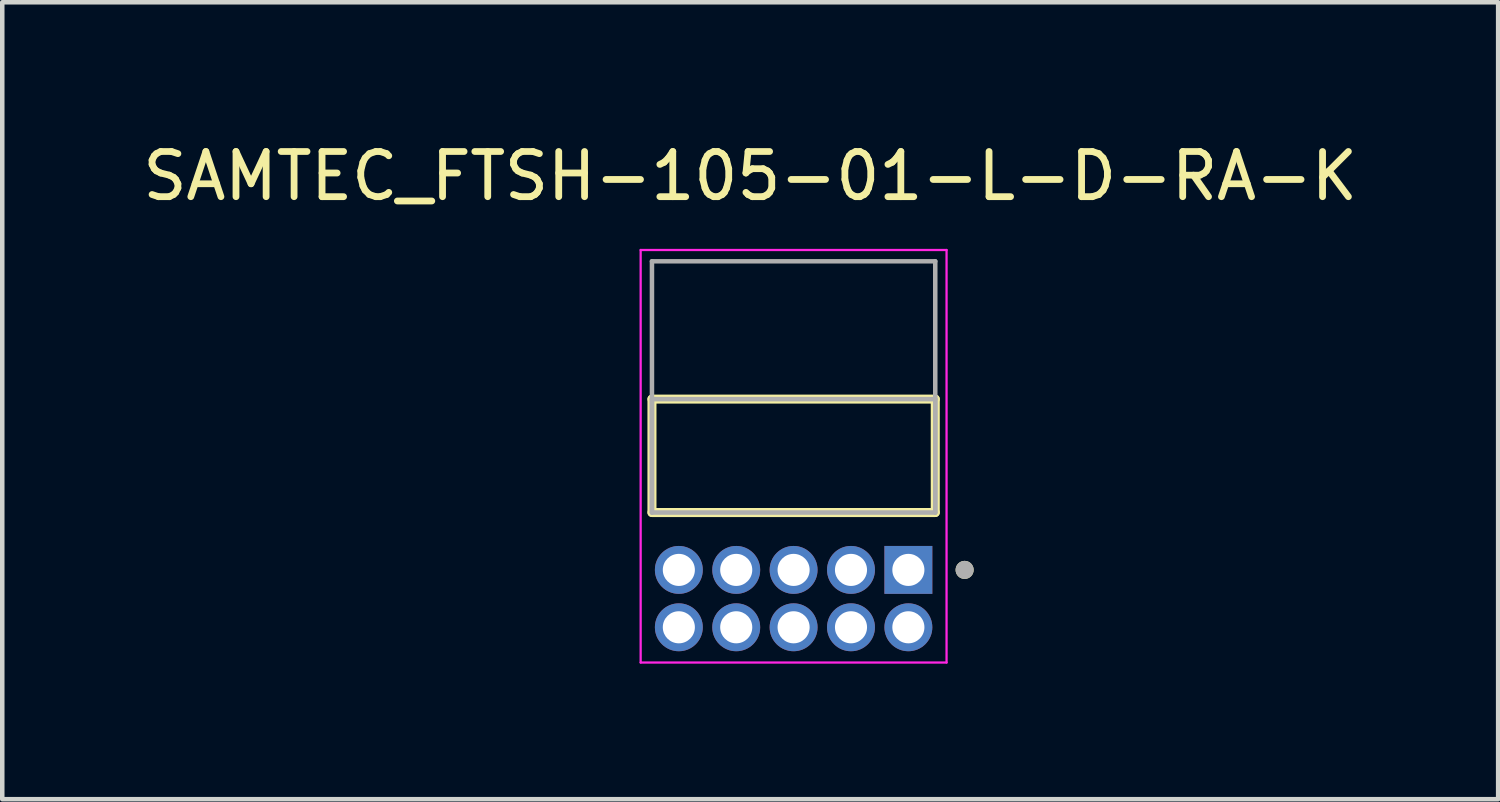
<source format=kicad_pcb>
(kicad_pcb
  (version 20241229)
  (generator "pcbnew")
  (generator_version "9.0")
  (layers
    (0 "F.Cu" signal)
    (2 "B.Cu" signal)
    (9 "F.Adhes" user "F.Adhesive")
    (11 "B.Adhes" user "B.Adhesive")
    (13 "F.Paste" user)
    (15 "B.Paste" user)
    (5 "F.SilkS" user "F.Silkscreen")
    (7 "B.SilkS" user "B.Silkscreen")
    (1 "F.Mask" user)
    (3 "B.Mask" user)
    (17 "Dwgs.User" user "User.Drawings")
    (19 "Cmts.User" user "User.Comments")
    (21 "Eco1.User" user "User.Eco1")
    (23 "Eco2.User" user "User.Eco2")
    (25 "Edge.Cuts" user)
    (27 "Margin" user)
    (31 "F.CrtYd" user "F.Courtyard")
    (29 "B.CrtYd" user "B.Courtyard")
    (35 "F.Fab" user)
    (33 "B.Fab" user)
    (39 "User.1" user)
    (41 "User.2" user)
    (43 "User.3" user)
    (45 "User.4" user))
  (footprint "SAMTEC_FTSH-105-01-L-D-RA-K"
    (layer "F.Cu")
    (at 17.054 9.563)
    (property "Reference" "SAMTEC_FTSH-105-01-L-D-RA-K" (at -3.5 -8.715 0) (layer "F.SilkS") (effects (font (size 1 1) (thickness 0.15))))
    (attr through_hole)
    (fp_line (start -5.675 -1.27) (end -5.675 -3.78) (stroke (width 0.2) (type solid)) (layer "F.SilkS"))
    (fp_line (start 0.595 -3.78) (end -5.675 -3.78) (stroke (width 0.2) (type solid)) (layer "F.SilkS"))
    (fp_line (start 0.595 -3.78) (end 0.595 -1.27) (stroke (width 0.2) (type solid)) (layer "F.SilkS"))
    (fp_line (start 0.595 -1.27) (end -5.675 -1.27) (stroke (width 0.2) (type solid)) (layer "F.SilkS"))
    (fp_circle (center 1.245 0) (end 1.345 0) (stroke (width 0.2) (type solid)) (fill no) (layer "F.SilkS"))
    (fp_line (start -5.925 -7.08) (end 0.845 -7.08) (stroke (width 0.05) (type solid)) (layer "F.CrtYd"))
    (fp_line (start -5.925 2.05) (end -5.925 -7.08) (stroke (width 0.05) (type solid)) (layer "F.CrtYd"))
    (fp_line (start 0.845 -7.08) (end 0.845 2.05) (stroke (width 0.05) (type solid)) (layer "F.CrtYd"))
    (fp_line (start 0.845 2.05) (end -5.925 2.05) (stroke (width 0.05) (type solid)) (layer "F.CrtYd"))
    (fp_line (start -5.675 -6.83) (end 0.595 -6.83) (stroke (width 0.1) (type solid)) (layer "F.Fab"))
    (fp_line (start -5.675 -3.78) (end 0.595 -3.78) (stroke (width 0.1) (type solid)) (layer "F.Fab"))
    (fp_line (start -5.675 -1.27) (end -5.675 -6.83) (stroke (width 0.1) (type solid)) (layer "F.Fab"))
    (fp_line (start -5.675 -1.27) (end -5.675 -3.78) (stroke (width 0.1) (type solid)) (layer "F.Fab"))
    (fp_line (start 0.595 -6.83) (end 0.595 -1.27) (stroke (width 0.1) (type solid)) (layer "F.Fab"))
    (fp_line (start 0.595 -3.78) (end 0.595 -1.27) (stroke (width 0.1) (type solid)) (layer "F.Fab"))
    (fp_line (start 0.595 -1.27) (end -5.675 -1.27) (stroke (width 0.1) (type solid)) (layer "F.Fab"))
    (fp_circle (center 1.245 0) (end 1.345 0) (stroke (width 0.2) (type solid)) (fill no) (layer "F.Fab"))
    (pad "1" thru_hole rect (at 0 0) (size 1.06 1.06) (drill 0.71) (layers "*.Cu" "*.Mask"))
    (pad "2" thru_hole circle (at 0 1.27) (size 1.06 1.06) (drill 0.71) (layers "*.Cu" "*.Mask"))
    (pad "3" thru_hole circle (at -1.27 0) (size 1.06 1.06) (drill 0.71) (layers "*.Cu" "*.Mask"))
    (pad "4" thru_hole circle (at -1.27 1.27) (size 1.06 1.06) (drill 0.71) (layers "*.Cu" "*.Mask"))
    (pad "5" thru_hole circle (at -2.54 0) (size 1.06 1.06) (drill 0.71) (layers "*.Cu" "*.Mask"))
    (pad "6" thru_hole circle (at -2.54 1.27) (size 1.06 1.06) (drill 0.71) (layers "*.Cu" "*.Mask"))
    (pad "7" thru_hole circle (at -3.81 0) (size 1.06 1.06) (drill 0.71) (layers "*.Cu" "*.Mask"))
    (pad "8" thru_hole circle (at -3.81 1.27) (size 1.06 1.06) (drill 0.71) (layers "*.Cu" "*.Mask"))
    (pad "9" thru_hole circle (at -5.08 0) (size 1.06 1.06) (drill 0.71) (layers "*.Cu" "*.Mask"))
    (pad "10" thru_hole circle (at -5.08 1.27) (size 1.06 1.06) (drill 0.71) (layers "*.Cu" "*.Mask")))
  (gr_rect
    (start -3 -3)
    (end 30.107 14.638)
    (stroke (width 0.1) (type default))
    (fill no)
    (layer "Edge.Cuts")))
</source>
